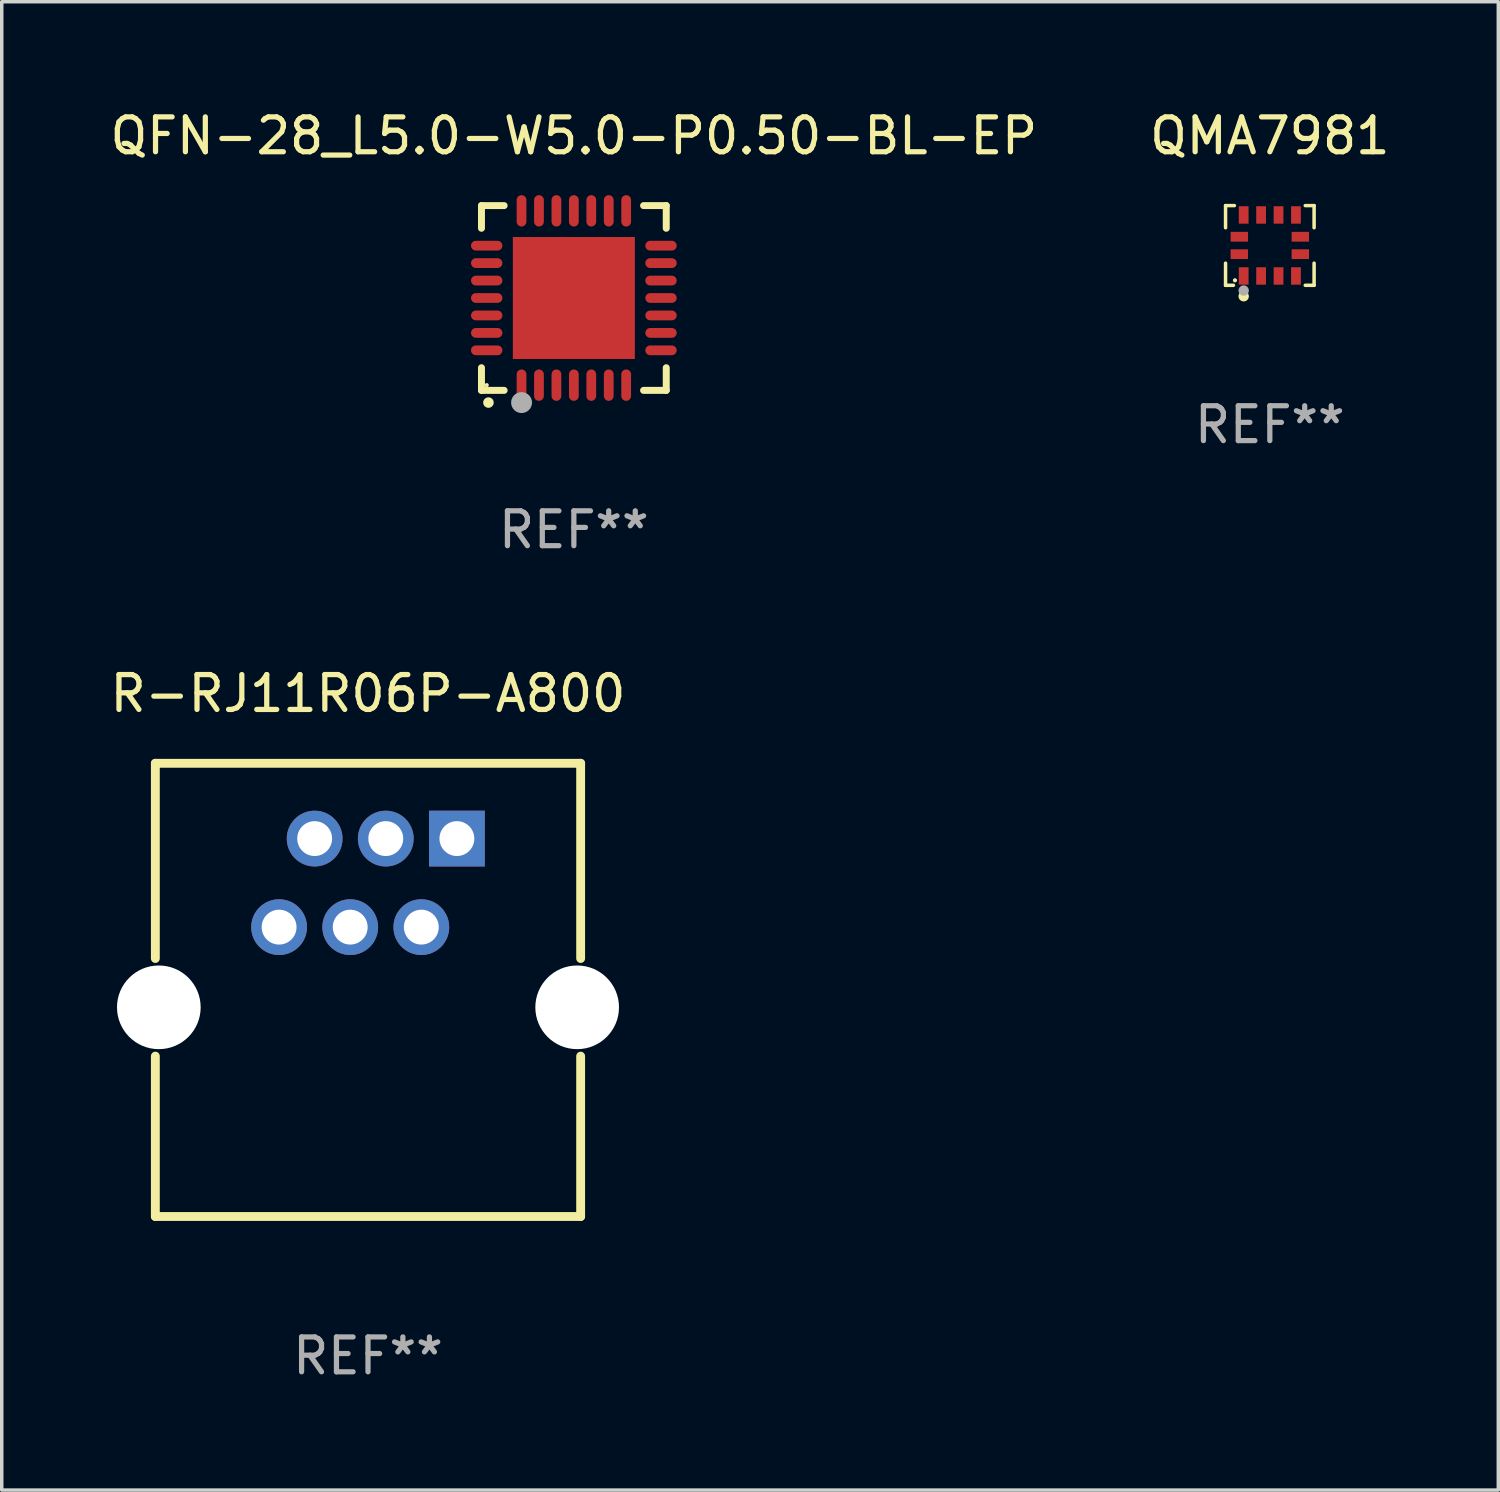
<source format=kicad_pcb>
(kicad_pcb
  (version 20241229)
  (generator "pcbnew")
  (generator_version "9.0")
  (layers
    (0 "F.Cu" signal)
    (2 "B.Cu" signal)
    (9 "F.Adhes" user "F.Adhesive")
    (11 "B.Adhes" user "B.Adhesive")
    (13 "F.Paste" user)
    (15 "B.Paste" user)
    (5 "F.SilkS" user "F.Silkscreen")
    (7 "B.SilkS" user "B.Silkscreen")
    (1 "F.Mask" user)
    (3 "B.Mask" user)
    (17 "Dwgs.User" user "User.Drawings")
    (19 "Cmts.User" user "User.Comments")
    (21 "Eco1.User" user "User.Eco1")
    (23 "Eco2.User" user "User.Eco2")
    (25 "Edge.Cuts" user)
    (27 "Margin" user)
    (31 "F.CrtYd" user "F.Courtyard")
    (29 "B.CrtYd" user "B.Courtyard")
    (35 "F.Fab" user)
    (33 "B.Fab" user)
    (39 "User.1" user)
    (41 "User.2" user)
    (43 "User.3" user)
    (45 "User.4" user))
  (footprint "QFN-28_L5.0-W5.0-P0.50-BL-EP"
    (layer "F.Cu")
    (at 13.411 5.498)
    (property "Reference" "QFN-28_L5.0-W5.0-P0.50-BL-EP" (at 0 -4.65 0) (layer "F.SilkS") (effects (font (size 1 1) (thickness 0.15))))
    (attr through_hole)
    (fp_line (start -2.65 -2.65) (end -2.65 -2) (stroke (width 0.2) (type solid)) (layer "F.SilkS"))
    (fp_line (start -2.65 2.65) (end -2.65 2) (stroke (width 0.2) (type solid)) (layer "F.SilkS"))
    (fp_line (start -2 -2.65) (end -2.65 -2.65) (stroke (width 0.2) (type solid)) (layer "F.SilkS"))
    (fp_line (start -2 2.65) (end -2.65 2.65) (stroke (width 0.2) (type solid)) (layer "F.SilkS"))
    (fp_line (start 2 2.65) (end 2.65 2.65) (stroke (width 0.2) (type solid)) (layer "F.SilkS"))
    (fp_line (start 2.65 -2.65) (end 2 -2.65) (stroke (width 0.2) (type solid)) (layer "F.SilkS"))
    (fp_line (start 2.65 -2) (end 2.65 -2.65) (stroke (width 0.2) (type solid)) (layer "F.SilkS"))
    (fp_line (start 2.65 2.65) (end 2.65 2) (stroke (width 0.2) (type solid)) (layer "F.SilkS"))
    (fp_arc (start -2.451105 2.999746) (mid -2.449835 2.999741) (end -2.448565 2.999746) (stroke (width 0.3) (type solid)) (layer "F.SilkS"))
    (fp_circle (center -2.5 2.5) (end -2.47 2.5) (stroke (width 0.06) (type solid)) (fill no) (layer "F.SilkS"))
    (fp_circle (center -1.5 3) (end -1.35 3) (stroke (width 0.3) (type solid)) (fill no) (layer "F.Fab"))
    (fp_text user "REF**" (at 0 6.65 0) (layer "F.Fab") (effects (font (size 1 1) (thickness 0.15))))
    (pad "1" smd oval (at -1.501 2.5 180) (size 0.28 0.9) (layers "F.Cu" "F.Mask" "F.Paste"))
    (pad "2" smd oval (at -1.001 2.5 180) (size 0.28 0.9) (layers "F.Cu" "F.Mask" "F.Paste"))
    (pad "3" smd oval (at -0.5 2.5 180) (size 0.28 0.9) (layers "F.Cu" "F.Mask" "F.Paste"))
    (pad "4" smd oval (at 0.000076 2.5 180) (size 0.28 0.9) (layers "F.Cu" "F.Mask" "F.Paste"))
    (pad "5" smd oval (at 0.5 2.5 180) (size 0.28 0.9) (layers "F.Cu" "F.Mask" "F.Paste"))
    (pad "6" smd oval (at 1.001 2.5 180) (size 0.28 0.9) (layers "F.Cu" "F.Mask" "F.Paste"))
    (pad "7" smd oval (at 1.501 2.5 180) (size 0.28 0.9) (layers "F.Cu" "F.Mask" "F.Paste"))
    (pad "8" smd oval (at 2.5 1.501 90) (size 0.28 0.9) (layers "F.Cu" "F.Mask" "F.Paste"))
    (pad "9" smd oval (at 2.5 1.001 90) (size 0.28 0.9) (layers "F.Cu" "F.Mask" "F.Paste"))
    (pad "10" smd oval (at 2.5 0.5 90) (size 0.28 0.9) (layers "F.Cu" "F.Mask" "F.Paste"))
    (pad "11" smd oval (at 2.5 0.000076 90) (size 0.28 0.9) (layers "F.Cu" "F.Mask" "F.Paste"))
    (pad "12" smd oval (at 2.5 -0.5 90) (size 0.28 0.9) (layers "F.Cu" "F.Mask" "F.Paste"))
    (pad "13" smd oval (at 2.5 -1.001 90) (size 0.28 0.9) (layers "F.Cu" "F.Mask" "F.Paste"))
    (pad "14" smd oval (at 2.5 -1.501 90) (size 0.28 0.9) (layers "F.Cu" "F.Mask" "F.Paste"))
    (pad "15" smd oval (at 1.501 -2.5 180) (size 0.28 0.9) (layers "F.Cu" "F.Mask" "F.Paste"))
    (pad "16" smd oval (at 1.001 -2.5 180) (size 0.28 0.9) (layers "F.Cu" "F.Mask" "F.Paste"))
    (pad "17" smd oval (at 0.5 -2.5 180) (size 0.28 0.9) (layers "F.Cu" "F.Mask" "F.Paste"))
    (pad "18" smd oval (at 0.000076 -2.5 180) (size 0.28 0.9) (layers "F.Cu" "F.Mask" "F.Paste"))
    (pad "19" smd oval (at -0.5 -2.5 180) (size 0.28 0.9) (layers "F.Cu" "F.Mask" "F.Paste"))
    (pad "20" smd oval (at -1.001 -2.5 180) (size 0.28 0.9) (layers "F.Cu" "F.Mask" "F.Paste"))
    (pad "21" smd oval (at -1.501 -2.5 180) (size 0.28 0.9) (layers "F.Cu" "F.Mask" "F.Paste"))
    (pad "22" smd oval (at -2.5 -1.501 90) (size 0.28 0.9) (layers "F.Cu" "F.Mask" "F.Paste"))
    (pad "23" smd oval (at -2.5 -1.001 90) (size 0.28 0.9) (layers "F.Cu" "F.Mask" "F.Paste"))
    (pad "24" smd oval (at -2.5 -0.5 90) (size 0.28 0.9) (layers "F.Cu" "F.Mask" "F.Paste"))
    (pad "25" smd oval (at -2.5 0.000076 90) (size 0.28 0.9) (layers "F.Cu" "F.Mask" "F.Paste"))
    (pad "26" smd oval (at -2.5 0.5 90) (size 0.28 0.9) (layers "F.Cu" "F.Mask" "F.Paste"))
    (pad "27" smd oval (at -2.5 1.001 90) (size 0.28 0.9) (layers "F.Cu" "F.Mask" "F.Paste"))
    (pad "28" smd oval (at -2.5 1.501 90) (size 0.28 0.9) (layers "F.Cu" "F.Mask" "F.Paste"))
    (pad "29" smd rect (at 0.000076 0.000076 90) (size 3.5 3.5) (layers "F.Cu" "F.Mask" "F.Paste")))
  (footprint "R-RJ11R06P-A800"
    (layer "F.Cu")
    (at 7.506 25.345)
    (property "Reference" "R-RJ11R06P-A800" (at 0 -8.5 0) (layer "F.SilkS") (effects (font (size 1 1) (thickness 0.15))))
    (attr through_hole)
    (fp_line (start -6.1 -6.5) (end 6.1 -6.5) (stroke (width 0.254) (type solid)) (layer "F.SilkS"))
    (fp_line (start -6.1 -0.9) (end -6.1 -6.5) (stroke (width 0.254) (type solid)) (layer "F.SilkS"))
    (fp_line (start -6.1 6.5) (end 6.1 6.5) (stroke (width 0.254) (type solid)) (layer "F.SilkS"))
    (fp_line (start -6.1 6.5) (end -6.1 1.9) (stroke (width 0.254) (type solid)) (layer "F.SilkS"))
    (fp_line (start 6.1 -6.5) (end 6.1 -0.9) (stroke (width 0.254) (type solid)) (layer "F.SilkS"))
    (fp_line (start 6.1 1.9) (end 6.1 6.5) (stroke (width 0.254) (type solid)) (layer "F.SilkS"))
    (fp_circle (center 6.1 -6.5) (end 6.13 -6.5) (stroke (width 0.06) (type solid)) (fill no) (layer "F.SilkS"))
    (fp_circle (center -6 0.5) (end -5.5 0.5) (stroke (width 1) (type solid)) (fill no) (layer "F.Fab"))
    (fp_circle (center 6 0.5) (end 6.5 0.5) (stroke (width 1) (type solid)) (fill no) (layer "F.Fab"))
    (fp_text user "REF**" (at 0 10.5 0) (layer "F.Fab") (effects (font (size 1 1) (thickness 0.15))))
    (pad "" np_thru_hole circle (at -6 0.5) (size 2.4 2.4) (drill 2.4) (layers "*.Cu" "*.Mask"))
    (pad "" np_thru_hole circle (at 6 0.5) (size 2.4 2.4) (drill 2.4) (layers "*.Cu" "*.Mask"))
    (pad "1" thru_hole rect (at 2.55 -4.34 180) (size 1.6 1.6) (drill 1) (layers "*.Cu" "*.Mask"))
    (pad "2" thru_hole circle (at 1.53 -1.8) (size 1.6 1.6) (drill 1) (layers "*.Cu" "*.Mask"))
    (pad "3" thru_hole circle (at 0.51 -4.34) (size 1.6 1.6) (drill 1) (layers "*.Cu" "*.Mask"))
    (pad "4" thru_hole circle (at -0.51 -1.8) (size 1.6 1.6) (drill 1) (layers "*.Cu" "*.Mask"))
    (pad "5" thru_hole circle (at -1.53 -4.34) (size 1.6 1.6) (drill 1) (layers "*.Cu" "*.Mask"))
    (pad "6" thru_hole circle (at -2.55 -1.8) (size 1.6 1.6) (drill 1) (layers "*.Cu" "*.Mask")))
  (footprint "QMA7981"
    (layer "F.Cu")
    (at 33.375 3.991)
    (property "Reference" "QMA7981" (at 0 -3.143 0) (layer "F.SilkS") (effects (font (size 1 1) (thickness 0.15))))
    (attr through_hole)
    (fp_line (start -1.27 -1.143) (end -1.27 -0.508) (stroke (width 0.1) (type solid)) (layer "F.SilkS"))
    (fp_line (start -1.27 0.508) (end -1.27 1.143) (stroke (width 0.1) (type solid)) (layer "F.SilkS"))
    (fp_line (start -1.27 1.143) (end -1.044 1.143) (stroke (width 0.1) (type solid)) (layer "F.SilkS"))
    (fp_line (start -1.016 -1.143) (end -1.27 -1.143) (stroke (width 0.1) (type solid)) (layer "F.SilkS"))
    (fp_line (start 1.016 -1.143) (end 1.27 -1.143) (stroke (width 0.1) (type solid)) (layer "F.SilkS"))
    (fp_line (start 1.27 -1.143) (end 1.27 -0.508) (stroke (width 0.1) (type solid)) (layer "F.SilkS"))
    (fp_line (start 1.27 0.508) (end 1.27 1.143) (stroke (width 0.1) (type solid)) (layer "F.SilkS"))
    (fp_line (start 1.27 1.143) (end 1.016 1.143) (stroke (width 0.1) (type solid)) (layer "F.SilkS"))
    (fp_circle (center -1 1) (end -0.97 1) (stroke (width 0.06) (type solid)) (fill no) (layer "F.SilkS"))
    (fp_circle (center -0.75 1.457) (end -0.675 1.457) (stroke (width 0.15) (type solid)) (fill no) (layer "F.SilkS"))
    (fp_circle (center -0.75 1.293) (end -0.675 1.293) (stroke (width 0.15) (type solid)) (fill no) (layer "F.Fab"))
    (fp_text user "REF**" (at 0 5.143 0) (layer "F.Fab") (effects (font (size 1 1) (thickness 0.15))))
    (pad "1" smd rect (at -0.75 0.875) (size 0.28 0.5) (layers "F.Cu" "F.Mask" "F.Paste"))
    (pad "2" smd rect (at -0.25 0.875) (size 0.28 0.5) (layers "F.Cu" "F.Mask" "F.Paste"))
    (pad "3" smd rect (at 0.25 0.875) (size 0.28 0.5) (layers "F.Cu" "F.Mask" "F.Paste"))
    (pad "4" smd rect (at 0.75 0.875) (size 0.28 0.5) (layers "F.Cu" "F.Mask" "F.Paste"))
    (pad "5" smd rect (at 0.875 0.25) (size 0.5 0.28) (layers "F.Cu" "F.Mask" "F.Paste"))
    (pad "6" smd rect (at 0.875 -0.25) (size 0.5 0.28) (layers "F.Cu" "F.Mask" "F.Paste"))
    (pad "7" smd rect (at 0.75 -0.875) (size 0.28 0.5) (layers "F.Cu" "F.Mask" "F.Paste"))
    (pad "8" smd rect (at 0.25 -0.875) (size 0.28 0.5) (layers "F.Cu" "F.Mask" "F.Paste"))
    (pad "9" smd rect (at -0.25 -0.875) (size 0.28 0.5) (layers "F.Cu" "F.Mask" "F.Paste"))
    (pad "10" smd rect (at -0.75 -0.875) (size 0.28 0.5) (layers "F.Cu" "F.Mask" "F.Paste"))
    (pad "11" smd rect (at -0.875 -0.25) (size 0.5 0.28) (layers "F.Cu" "F.Mask" "F.Paste"))
    (pad "12" smd rect (at -0.875 0.25) (size 0.5 0.28) (layers "F.Cu" "F.Mask" "F.Paste")))
  (gr_rect
    (start -3 -3)
    (end 39.929 39.693)
    (stroke (width 0.1) (type default))
    (fill no)
    (layer "Edge.Cuts")))
</source>
